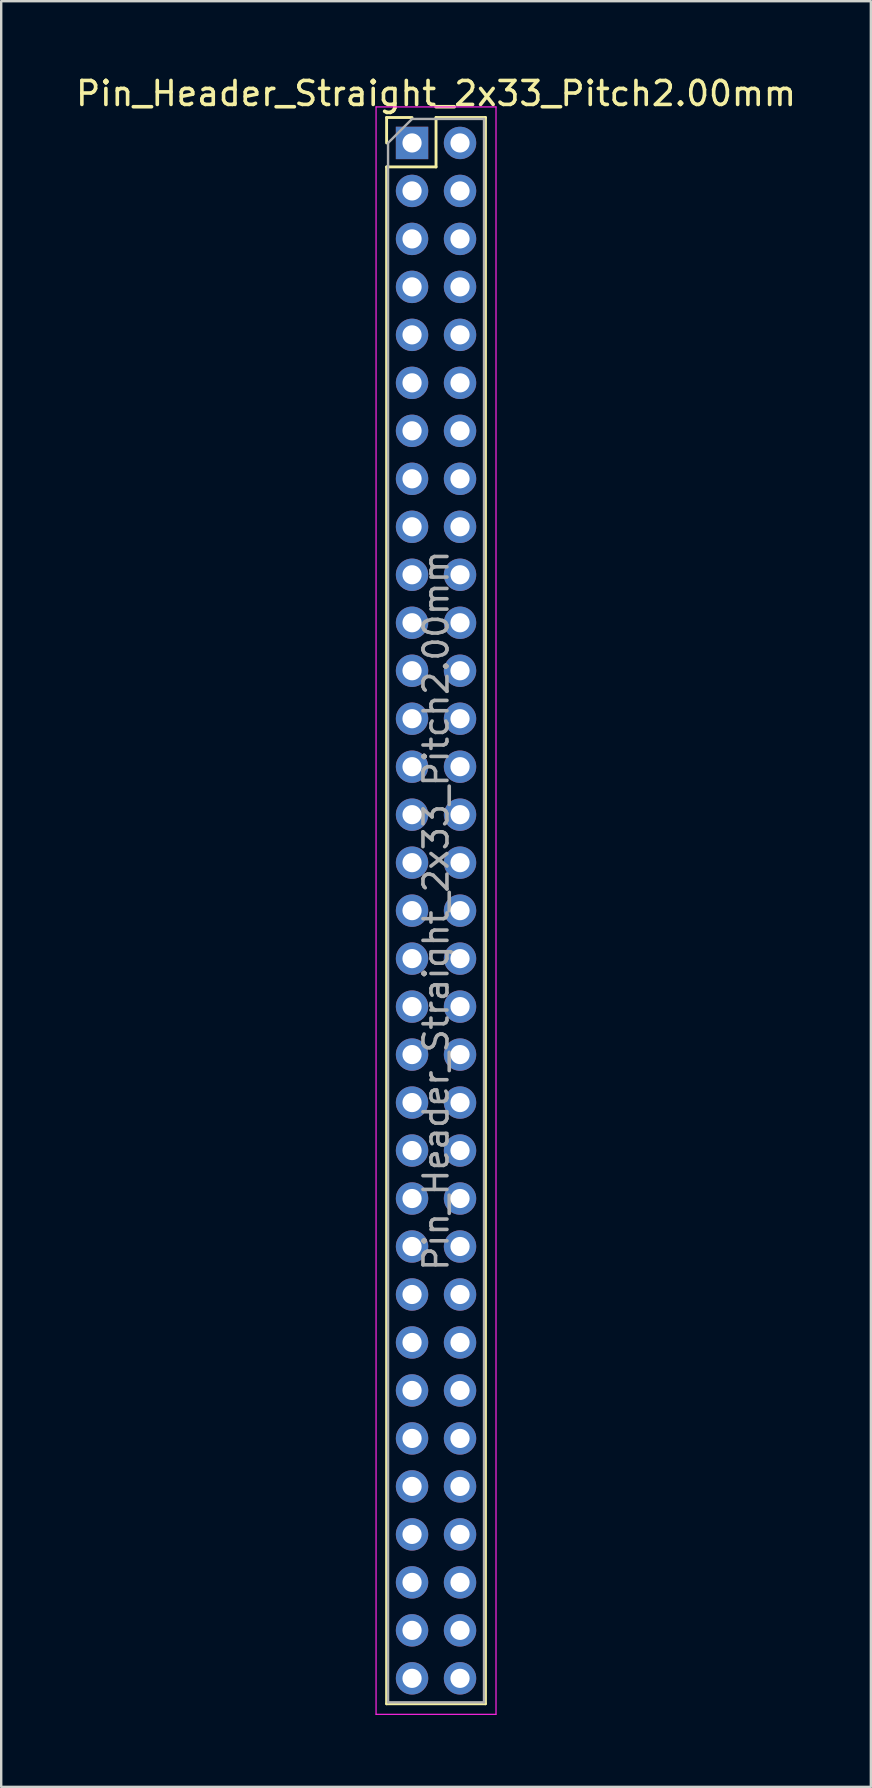
<source format=kicad_pcb>
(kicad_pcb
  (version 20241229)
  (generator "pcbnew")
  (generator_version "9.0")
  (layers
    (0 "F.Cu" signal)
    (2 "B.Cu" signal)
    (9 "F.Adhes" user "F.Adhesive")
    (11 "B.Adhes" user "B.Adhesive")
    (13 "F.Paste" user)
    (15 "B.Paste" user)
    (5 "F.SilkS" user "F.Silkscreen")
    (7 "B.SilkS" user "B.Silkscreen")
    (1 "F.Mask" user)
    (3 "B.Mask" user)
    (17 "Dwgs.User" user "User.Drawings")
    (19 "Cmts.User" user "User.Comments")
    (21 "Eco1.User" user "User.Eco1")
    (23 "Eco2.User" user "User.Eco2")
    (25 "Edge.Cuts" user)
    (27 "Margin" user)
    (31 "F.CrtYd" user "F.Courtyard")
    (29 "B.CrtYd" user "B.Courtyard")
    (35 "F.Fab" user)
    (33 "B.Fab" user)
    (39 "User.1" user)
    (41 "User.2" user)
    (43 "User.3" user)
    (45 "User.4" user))
  (footprint "Pin_Header_Straight_2x33_Pitch2.00mm"
    (layer "F.Cu")
    (at 14.125 2.908)
    (property "Reference" "Pin_Header_Straight_2x33_Pitch2.00mm" (at 1 -2.06 0) (layer "F.SilkS") (effects (font (size 1 1) (thickness 0.15))))
    (attr through_hole)
    (fp_line (start -1.06 -1.06) (end 0 -1.06) (stroke (width 0.12) (type solid)) (layer "F.SilkS"))
    (fp_line (start -1.06 0) (end -1.06 -1.06) (stroke (width 0.12) (type solid)) (layer "F.SilkS"))
    (fp_line (start -1.06 1) (end -1.06 65.06) (stroke (width 0.12) (type solid)) (layer "F.SilkS"))
    (fp_line (start -1.06 1) (end 1 1) (stroke (width 0.12) (type solid)) (layer "F.SilkS"))
    (fp_line (start -1.06 65.06) (end 3.06 65.06) (stroke (width 0.12) (type solid)) (layer "F.SilkS"))
    (fp_line (start 1 -1.06) (end 3.06 -1.06) (stroke (width 0.12) (type solid)) (layer "F.SilkS"))
    (fp_line (start 1 1) (end 1 -1.06) (stroke (width 0.12) (type solid)) (layer "F.SilkS"))
    (fp_line (start 3.06 -1.06) (end 3.06 65.06) (stroke (width 0.12) (type solid)) (layer "F.SilkS"))
    (fp_line (start -1.5 -1.5) (end -1.5 65.5) (stroke (width 0.05) (type solid)) (layer "F.CrtYd"))
    (fp_line (start -1.5 65.5) (end 3.5 65.5) (stroke (width 0.05) (type solid)) (layer "F.CrtYd"))
    (fp_line (start 3.5 -1.5) (end -1.5 -1.5) (stroke (width 0.05) (type solid)) (layer "F.CrtYd"))
    (fp_line (start 3.5 65.5) (end 3.5 -1.5) (stroke (width 0.05) (type solid)) (layer "F.CrtYd"))
    (fp_line (start -1 0) (end 0 -1) (stroke (width 0.1) (type solid)) (layer "F.Fab"))
    (fp_line (start -1 65) (end -1 0) (stroke (width 0.1) (type solid)) (layer "F.Fab"))
    (fp_line (start 0 -1) (end 3 -1) (stroke (width 0.1) (type solid)) (layer "F.Fab"))
    (fp_line (start 3 -1) (end 3 65) (stroke (width 0.1) (type solid)) (layer "F.Fab"))
    (fp_line (start 3 65) (end -1 65) (stroke (width 0.1) (type solid)) (layer "F.Fab"))
    (fp_text user "${REFERENCE}" (at 1 32 90) (layer "F.Fab") (effects (font (size 1 1) (thickness 0.15))))
    (pad "1" thru_hole rect (at 0 0) (size 1.35 1.35) (drill 0.8) (layers "*.Cu" "*.Mask"))
    (pad "2" thru_hole oval (at 2 0) (size 1.35 1.35) (drill 0.8) (layers "*.Cu" "*.Mask"))
    (pad "3" thru_hole oval (at 0 2) (size 1.35 1.35) (drill 0.8) (layers "*.Cu" "*.Mask"))
    (pad "4" thru_hole oval (at 2 2) (size 1.35 1.35) (drill 0.8) (layers "*.Cu" "*.Mask"))
    (pad "5" thru_hole oval (at 0 4) (size 1.35 1.35) (drill 0.8) (layers "*.Cu" "*.Mask"))
    (pad "6" thru_hole oval (at 2 4) (size 1.35 1.35) (drill 0.8) (layers "*.Cu" "*.Mask"))
    (pad "7" thru_hole oval (at 0 6) (size 1.35 1.35) (drill 0.8) (layers "*.Cu" "*.Mask"))
    (pad "8" thru_hole oval (at 2 6) (size 1.35 1.35) (drill 0.8) (layers "*.Cu" "*.Mask"))
    (pad "9" thru_hole oval (at 0 8) (size 1.35 1.35) (drill 0.8) (layers "*.Cu" "*.Mask"))
    (pad "10" thru_hole oval (at 2 8) (size 1.35 1.35) (drill 0.8) (layers "*.Cu" "*.Mask"))
    (pad "11" thru_hole oval (at 0 10) (size 1.35 1.35) (drill 0.8) (layers "*.Cu" "*.Mask"))
    (pad "12" thru_hole oval (at 2 10) (size 1.35 1.35) (drill 0.8) (layers "*.Cu" "*.Mask"))
    (pad "13" thru_hole oval (at 0 12) (size 1.35 1.35) (drill 0.8) (layers "*.Cu" "*.Mask"))
    (pad "14" thru_hole oval (at 2 12) (size 1.35 1.35) (drill 0.8) (layers "*.Cu" "*.Mask"))
    (pad "15" thru_hole oval (at 0 14) (size 1.35 1.35) (drill 0.8) (layers "*.Cu" "*.Mask"))
    (pad "16" thru_hole oval (at 2 14) (size 1.35 1.35) (drill 0.8) (layers "*.Cu" "*.Mask"))
    (pad "17" thru_hole oval (at 0 16) (size 1.35 1.35) (drill 0.8) (layers "*.Cu" "*.Mask"))
    (pad "18" thru_hole oval (at 2 16) (size 1.35 1.35) (drill 0.8) (layers "*.Cu" "*.Mask"))
    (pad "19" thru_hole oval (at 0 18) (size 1.35 1.35) (drill 0.8) (layers "*.Cu" "*.Mask"))
    (pad "20" thru_hole oval (at 2 18) (size 1.35 1.35) (drill 0.8) (layers "*.Cu" "*.Mask"))
    (pad "21" thru_hole oval (at 0 20) (size 1.35 1.35) (drill 0.8) (layers "*.Cu" "*.Mask"))
    (pad "22" thru_hole oval (at 2 20) (size 1.35 1.35) (drill 0.8) (layers "*.Cu" "*.Mask"))
    (pad "23" thru_hole oval (at 0 22) (size 1.35 1.35) (drill 0.8) (layers "*.Cu" "*.Mask"))
    (pad "24" thru_hole oval (at 2 22) (size 1.35 1.35) (drill 0.8) (layers "*.Cu" "*.Mask"))
    (pad "25" thru_hole oval (at 0 24) (size 1.35 1.35) (drill 0.8) (layers "*.Cu" "*.Mask"))
    (pad "26" thru_hole oval (at 2 24) (size 1.35 1.35) (drill 0.8) (layers "*.Cu" "*.Mask"))
    (pad "27" thru_hole oval (at 0 26) (size 1.35 1.35) (drill 0.8) (layers "*.Cu" "*.Mask"))
    (pad "28" thru_hole oval (at 2 26) (size 1.35 1.35) (drill 0.8) (layers "*.Cu" "*.Mask"))
    (pad "29" thru_hole oval (at 0 28) (size 1.35 1.35) (drill 0.8) (layers "*.Cu" "*.Mask"))
    (pad "30" thru_hole oval (at 2 28) (size 1.35 1.35) (drill 0.8) (layers "*.Cu" "*.Mask"))
    (pad "31" thru_hole oval (at 0 30) (size 1.35 1.35) (drill 0.8) (layers "*.Cu" "*.Mask"))
    (pad "32" thru_hole oval (at 2 30) (size 1.35 1.35) (drill 0.8) (layers "*.Cu" "*.Mask"))
    (pad "33" thru_hole oval (at 0 32) (size 1.35 1.35) (drill 0.8) (layers "*.Cu" "*.Mask"))
    (pad "34" thru_hole oval (at 2 32) (size 1.35 1.35) (drill 0.8) (layers "*.Cu" "*.Mask"))
    (pad "35" thru_hole oval (at 0 34) (size 1.35 1.35) (drill 0.8) (layers "*.Cu" "*.Mask"))
    (pad "36" thru_hole oval (at 2 34) (size 1.35 1.35) (drill 0.8) (layers "*.Cu" "*.Mask"))
    (pad "37" thru_hole oval (at 0 36) (size 1.35 1.35) (drill 0.8) (layers "*.Cu" "*.Mask"))
    (pad "38" thru_hole oval (at 2 36) (size 1.35 1.35) (drill 0.8) (layers "*.Cu" "*.Mask"))
    (pad "39" thru_hole oval (at 0 38) (size 1.35 1.35) (drill 0.8) (layers "*.Cu" "*.Mask"))
    (pad "40" thru_hole oval (at 2 38) (size 1.35 1.35) (drill 0.8) (layers "*.Cu" "*.Mask"))
    (pad "41" thru_hole oval (at 0 40) (size 1.35 1.35) (drill 0.8) (layers "*.Cu" "*.Mask"))
    (pad "42" thru_hole oval (at 2 40) (size 1.35 1.35) (drill 0.8) (layers "*.Cu" "*.Mask"))
    (pad "43" thru_hole oval (at 0 42) (size 1.35 1.35) (drill 0.8) (layers "*.Cu" "*.Mask"))
    (pad "44" thru_hole oval (at 2 42) (size 1.35 1.35) (drill 0.8) (layers "*.Cu" "*.Mask"))
    (pad "45" thru_hole oval (at 0 44) (size 1.35 1.35) (drill 0.8) (layers "*.Cu" "*.Mask"))
    (pad "46" thru_hole oval (at 2 44) (size 1.35 1.35) (drill 0.8) (layers "*.Cu" "*.Mask"))
    (pad "47" thru_hole oval (at 0 46) (size 1.35 1.35) (drill 0.8) (layers "*.Cu" "*.Mask"))
    (pad "48" thru_hole oval (at 2 46) (size 1.35 1.35) (drill 0.8) (layers "*.Cu" "*.Mask"))
    (pad "49" thru_hole oval (at 0 48) (size 1.35 1.35) (drill 0.8) (layers "*.Cu" "*.Mask"))
    (pad "50" thru_hole oval (at 2 48) (size 1.35 1.35) (drill 0.8) (layers "*.Cu" "*.Mask"))
    (pad "51" thru_hole oval (at 0 50) (size 1.35 1.35) (drill 0.8) (layers "*.Cu" "*.Mask"))
    (pad "52" thru_hole oval (at 2 50) (size 1.35 1.35) (drill 0.8) (layers "*.Cu" "*.Mask"))
    (pad "53" thru_hole oval (at 0 52) (size 1.35 1.35) (drill 0.8) (layers "*.Cu" "*.Mask"))
    (pad "54" thru_hole oval (at 2 52) (size 1.35 1.35) (drill 0.8) (layers "*.Cu" "*.Mask"))
    (pad "55" thru_hole oval (at 0 54) (size 1.35 1.35) (drill 0.8) (layers "*.Cu" "*.Mask"))
    (pad "56" thru_hole oval (at 2 54) (size 1.35 1.35) (drill 0.8) (layers "*.Cu" "*.Mask"))
    (pad "57" thru_hole oval (at 0 56) (size 1.35 1.35) (drill 0.8) (layers "*.Cu" "*.Mask"))
    (pad "58" thru_hole oval (at 2 56) (size 1.35 1.35) (drill 0.8) (layers "*.Cu" "*.Mask"))
    (pad "59" thru_hole oval (at 0 58) (size 1.35 1.35) (drill 0.8) (layers "*.Cu" "*.Mask"))
    (pad "60" thru_hole oval (at 2 58) (size 1.35 1.35) (drill 0.8) (layers "*.Cu" "*.Mask"))
    (pad "61" thru_hole oval (at 0 60) (size 1.35 1.35) (drill 0.8) (layers "*.Cu" "*.Mask"))
    (pad "62" thru_hole oval (at 2 60) (size 1.35 1.35) (drill 0.8) (layers "*.Cu" "*.Mask"))
    (pad "63" thru_hole oval (at 0 62) (size 1.35 1.35) (drill 0.8) (layers "*.Cu" "*.Mask"))
    (pad "64" thru_hole oval (at 2 62) (size 1.35 1.35) (drill 0.8) (layers "*.Cu" "*.Mask"))
    (pad "65" thru_hole oval (at 0 64) (size 1.35 1.35) (drill 0.8) (layers "*.Cu" "*.Mask"))
    (pad "66" thru_hole oval (at 2 64) (size 1.35 1.35) (drill 0.8) (layers "*.Cu" "*.Mask")))
  (gr_rect
    (start -3 -3)
    (end 33.25 71.433)
    (stroke (width 0.1) (type default))
    (fill no)
    (layer "Edge.Cuts")))
</source>
